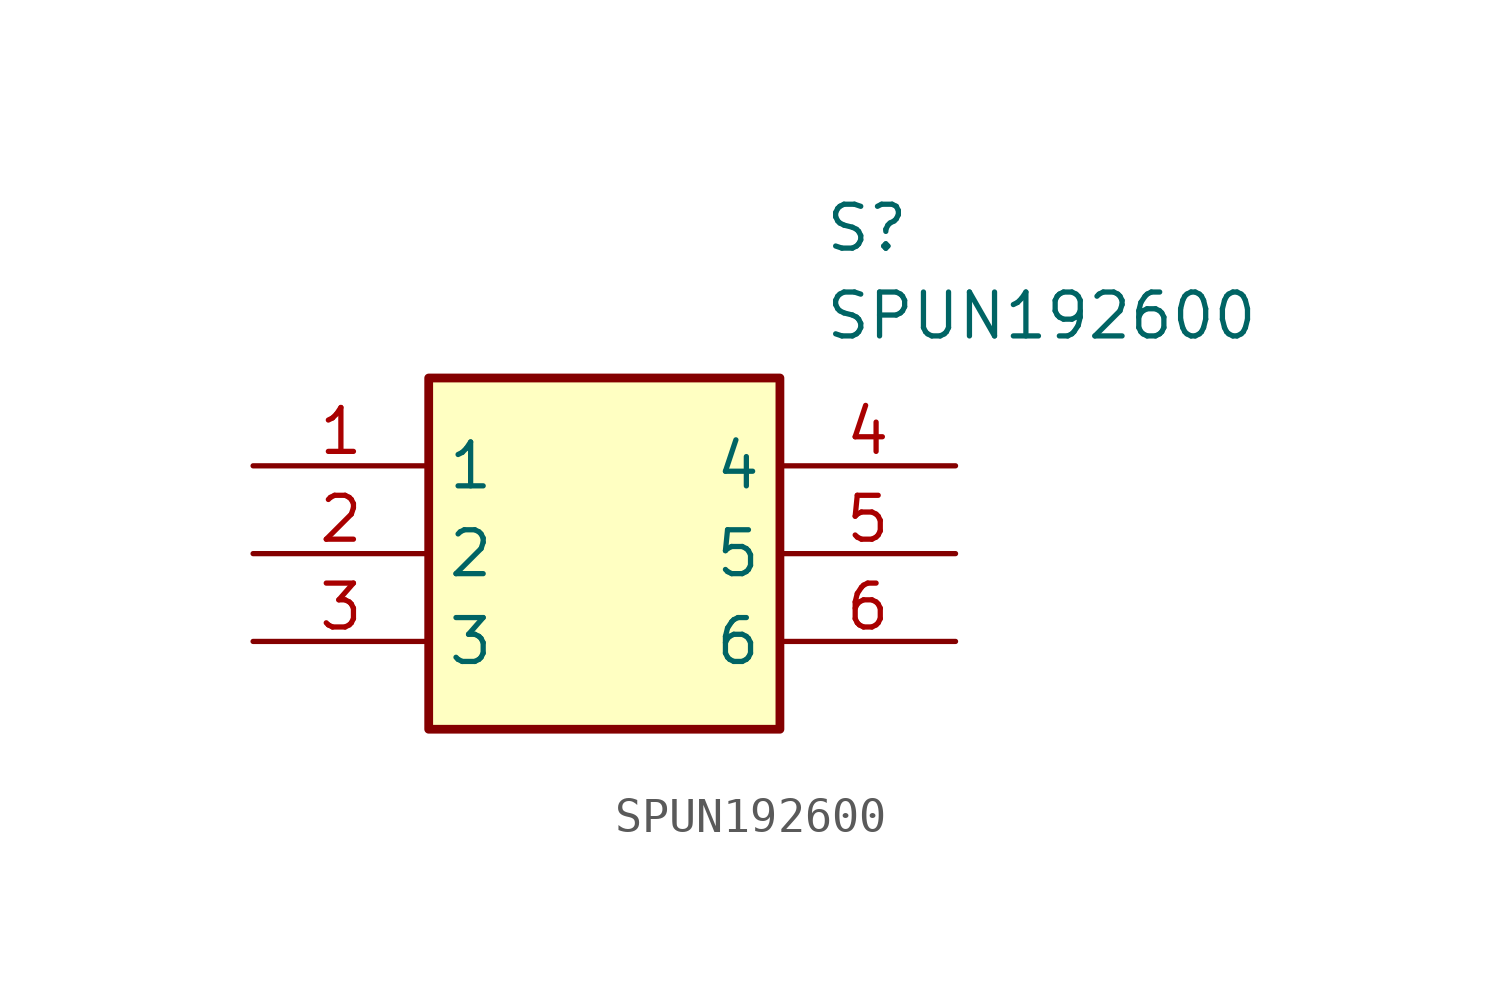
<source format=kicad_sym>
(kicad_symbol_lib
  (version 20211014)
  (generator SamacSys_ECAD_Model)
  (symbol "SPUN192600"
    (property "Reference" "S"
      (at 16.51 7.62 0)
      (effects (font (size 1.27 1.27)) (justify left top)))
    (property "Value" "SPUN192600"
      (at 16.51 5.08 0)
      (effects (font (size 1.27 1.27)) (justify left top)))
    (rectangle
      (start 5.08 2.54)
      (end 15.24 -7.62)
      (stroke (width 0.254) (type default))
      (fill (type background)))
    (pin passive line
      (at 0 0 0)
      (length 5.08)
      (name "1" (effects (font (size 1.27 1.27))))
      (number "1" (effects (font (size 1.27 1.27)))))
    (pin passive line
      (at 0 -2.54 0)
      (length 5.08)
      (name "2" (effects (font (size 1.27 1.27))))
      (number "2" (effects (font (size 1.27 1.27)))))
    (pin passive line
      (at 0 -5.08 0)
      (length 5.08)
      (name "3" (effects (font (size 1.27 1.27))))
      (number "3" (effects (font (size 1.27 1.27)))))
    (pin passive line
      (at 20.32 0 180)
      (length 5.08)
      (name "4" (effects (font (size 1.27 1.27))))
      (number "4" (effects (font (size 1.27 1.27)))))
    (pin passive line
      (at 20.32 -2.54 180)
      (length 5.08)
      (name "5" (effects (font (size 1.27 1.27))))
      (number "5" (effects (font (size 1.27 1.27)))))
    (pin passive line
      (at 20.32 -5.08 180)
      (length 5.08)
      (name "6" (effects (font (size 1.27 1.27))))
      (number "6" (effects (font (size 1.27 1.27)))))))
</source>
